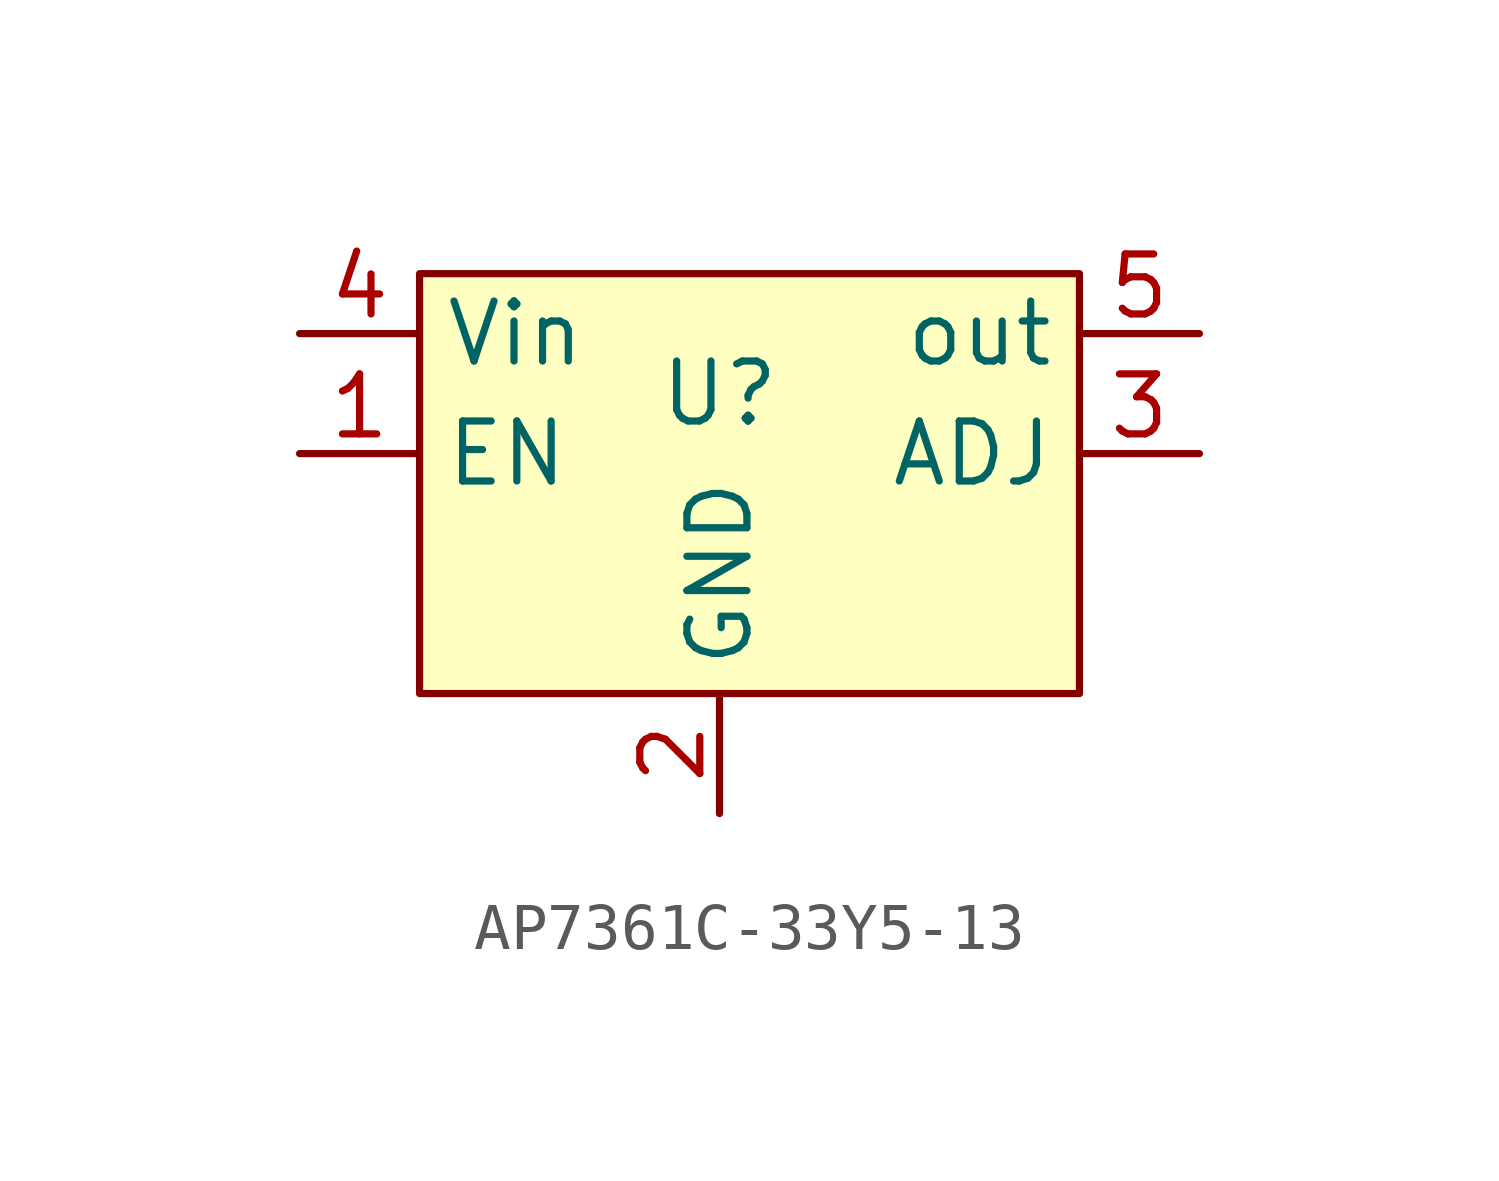
<source format=kicad_sym>
(kicad_symbol_lib
  (version 20231120)
  (generator "kicad_symbol_editor")
  (generator_version "8.0")
  (symbol "AP7361C-33Y5-13"
    (property "Reference" "U"
      (at 0 0 0)
      (effects (font (size 1.27 1.27))))
    (property "Value" ""
      (at 0 0 0)
      (effects (font (size 1.27 1.27))))
    (symbol "AP7361C-33Y5-13_0_0"
      (pin unspecified line (at -8.89 -1.27 0) (length 2.54) (name "EN" (effects (font (size 1.27 1.27)))) (number "1" (effects (font (size 1.27 1.27)))))
      (pin unspecified line (at 0 -8.89 90) (length 2.54) (name "GND" (effects (font (size 1.27 1.27)))) (number "2" (effects (font (size 1.27 1.27)))))
      (pin unspecified line (at 10.16 -1.27 180) (length 2.54) (name "ADJ" (effects (font (size 1.27 1.27)))) (number "3" (effects (font (size 1.27 1.27)))))
      (pin unspecified line (at -8.89 1.27 0) (length 2.54) (name "Vin" (effects (font (size 1.27 1.27)))) (number "4" (effects (font (size 1.27 1.27)))))
      (pin unspecified line (at 10.16 1.27 180) (length 2.54) (name "out" (effects (font (size 1.27 1.27)))) (number "5" (effects (font (size 1.27 1.27))))))
    (symbol "AP7361C-33Y5-13_1_1"
      (rectangle (start -6.35 2.54) (end 7.62 -6.35) (stroke (width 0) (type default)) (fill (type background))))))
</source>
